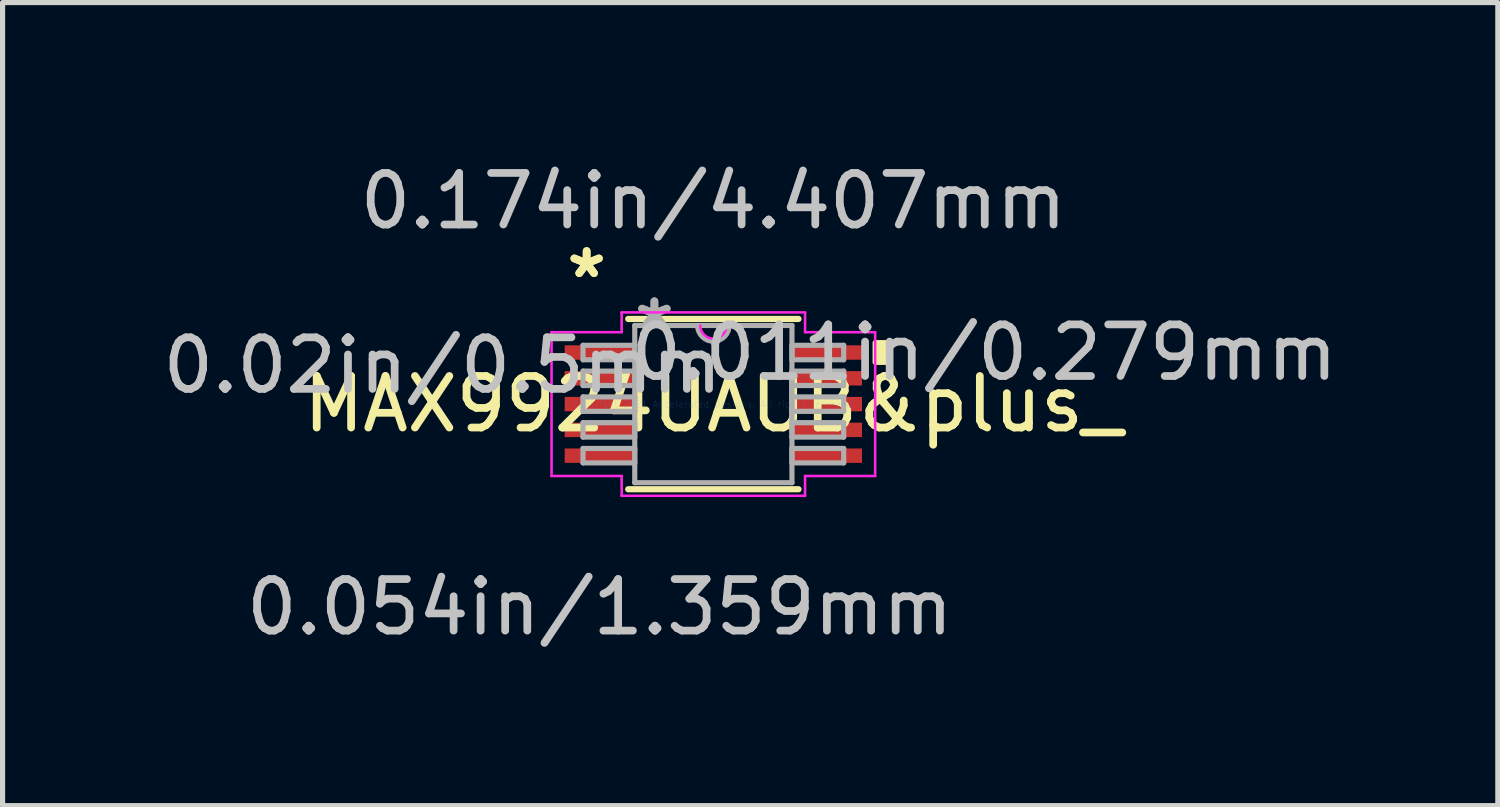
<source format=kicad_pcb>
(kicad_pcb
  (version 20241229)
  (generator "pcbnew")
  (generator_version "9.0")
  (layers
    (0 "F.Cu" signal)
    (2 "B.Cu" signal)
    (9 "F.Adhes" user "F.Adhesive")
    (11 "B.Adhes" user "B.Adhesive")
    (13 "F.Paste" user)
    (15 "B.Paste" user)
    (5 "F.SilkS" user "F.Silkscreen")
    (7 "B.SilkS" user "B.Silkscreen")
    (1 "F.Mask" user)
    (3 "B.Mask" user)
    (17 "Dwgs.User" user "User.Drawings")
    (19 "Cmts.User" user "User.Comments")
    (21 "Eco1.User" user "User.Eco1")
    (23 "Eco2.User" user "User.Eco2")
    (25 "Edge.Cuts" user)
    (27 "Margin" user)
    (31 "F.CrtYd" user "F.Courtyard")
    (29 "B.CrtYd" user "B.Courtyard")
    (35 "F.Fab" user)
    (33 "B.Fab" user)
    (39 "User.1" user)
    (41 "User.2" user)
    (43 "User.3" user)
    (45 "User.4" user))
  (footprint "MAX9924UAUB&plus_"
    (layer "F.Cu")
    (at 10.781 4.785)
    (property "Reference" "MAX9924UAUB&plus_" (at 0 0 0) (layer "F.SilkS") (effects (font (size 1 1) (thickness 0.15))))
    (attr through_hole)
    (fp_line (start -1.651 1.651) (end 1.651 1.651) (stroke (width 0.12) (type solid)) (layer "F.SilkS"))
    (fp_line (start 1.651 -1.651) (end -1.651 -1.651) (stroke (width 0.12) (type solid)) (layer "F.SilkS"))
    (fp_poly (pts (xy 3.391 -1.191) (xy 3.391 -0.81) (xy 3.137 -0.81) (xy 3.137 -1.191)) (stroke (width 0.1) (type solid)) (fill yes) (layer "F.SilkS"))
    (fp_line (start -3.137 -1.394) (end -1.778 -1.394) (stroke (width 0.05) (type solid)) (layer "F.CrtYd"))
    (fp_line (start -3.137 1.394) (end -3.137 -1.394) (stroke (width 0.05) (type solid)) (layer "F.CrtYd"))
    (fp_line (start -1.778 -1.778) (end 1.778 -1.778) (stroke (width 0.05) (type solid)) (layer "F.CrtYd"))
    (fp_line (start -1.778 -1.394) (end -1.778 -1.778) (stroke (width 0.05) (type solid)) (layer "F.CrtYd"))
    (fp_line (start -1.778 1.394) (end -3.137 1.394) (stroke (width 0.05) (type solid)) (layer "F.CrtYd"))
    (fp_line (start -1.778 1.778) (end -1.778 1.394) (stroke (width 0.05) (type solid)) (layer "F.CrtYd"))
    (fp_line (start 1.778 -1.778) (end 1.778 -1.394) (stroke (width 0.05) (type solid)) (layer "F.CrtYd"))
    (fp_line (start 1.778 -1.394) (end 3.137 -1.394) (stroke (width 0.05) (type solid)) (layer "F.CrtYd"))
    (fp_line (start 1.778 1.394) (end 1.778 1.778) (stroke (width 0.05) (type solid)) (layer "F.CrtYd"))
    (fp_line (start 1.778 1.778) (end -1.778 1.778) (stroke (width 0.05) (type solid)) (layer "F.CrtYd"))
    (fp_line (start 3.137 -1.394) (end 3.137 1.394) (stroke (width 0.05) (type solid)) (layer "F.CrtYd"))
    (fp_line (start 3.137 1.394) (end 1.778 1.394) (stroke (width 0.05) (type solid)) (layer "F.CrtYd"))
    (fp_arc (start 0.254 -1.524) (mid 0 -1.27) (end -0.254 -1.524) (stroke (width 0.05) (type solid)) (layer "F.CrtYd"))
    (fp_line (start -2.527 -1.14) (end -2.527 -0.86) (stroke (width 0.1) (type solid)) (layer "F.Fab"))
    (fp_line (start -2.527 -0.86) (end -1.524 -0.86) (stroke (width 0.1) (type solid)) (layer "F.Fab"))
    (fp_line (start -2.527 -0.64) (end -2.527 -0.36) (stroke (width 0.1) (type solid)) (layer "F.Fab"))
    (fp_line (start -2.527 -0.36) (end -1.524 -0.36) (stroke (width 0.1) (type solid)) (layer "F.Fab"))
    (fp_line (start -2.527 -0.14) (end -2.527 0.14) (stroke (width 0.1) (type solid)) (layer "F.Fab"))
    (fp_line (start -2.527 0.14) (end -1.524 0.14) (stroke (width 0.1) (type solid)) (layer "F.Fab"))
    (fp_line (start -2.527 0.36) (end -2.527 0.64) (stroke (width 0.1) (type solid)) (layer "F.Fab"))
    (fp_line (start -2.527 0.64) (end -1.524 0.64) (stroke (width 0.1) (type solid)) (layer "F.Fab"))
    (fp_line (start -2.527 0.86) (end -2.527 1.14) (stroke (width 0.1) (type solid)) (layer "F.Fab"))
    (fp_line (start -2.527 1.14) (end -1.524 1.14) (stroke (width 0.1) (type solid)) (layer "F.Fab"))
    (fp_line (start -1.524 -1.524) (end -1.524 1.524) (stroke (width 0.1) (type solid)) (layer "F.Fab"))
    (fp_line (start -1.524 -1.14) (end -2.527 -1.14) (stroke (width 0.1) (type solid)) (layer "F.Fab"))
    (fp_line (start -1.524 -0.86) (end -1.524 -1.14) (stroke (width 0.1) (type solid)) (layer "F.Fab"))
    (fp_line (start -1.524 -0.64) (end -2.527 -0.64) (stroke (width 0.1) (type solid)) (layer "F.Fab"))
    (fp_line (start -1.524 -0.36) (end -1.524 -0.64) (stroke (width 0.1) (type solid)) (layer "F.Fab"))
    (fp_line (start -1.524 -0.14) (end -2.527 -0.14) (stroke (width 0.1) (type solid)) (layer "F.Fab"))
    (fp_line (start -1.524 0.14) (end -1.524 -0.14) (stroke (width 0.1) (type solid)) (layer "F.Fab"))
    (fp_line (start -1.524 0.36) (end -2.527 0.36) (stroke (width 0.1) (type solid)) (layer "F.Fab"))
    (fp_line (start -1.524 0.64) (end -1.524 0.36) (stroke (width 0.1) (type solid)) (layer "F.Fab"))
    (fp_line (start -1.524 0.86) (end -2.527 0.86) (stroke (width 0.1) (type solid)) (layer "F.Fab"))
    (fp_line (start -1.524 1.14) (end -1.524 0.86) (stroke (width 0.1) (type solid)) (layer "F.Fab"))
    (fp_line (start -1.524 1.524) (end 1.524 1.524) (stroke (width 0.1) (type solid)) (layer "F.Fab"))
    (fp_line (start 1.524 -1.524) (end -1.524 -1.524) (stroke (width 0.1) (type solid)) (layer "F.Fab"))
    (fp_line (start 1.524 -1.14) (end 1.524 -0.86) (stroke (width 0.1) (type solid)) (layer "F.Fab"))
    (fp_line (start 1.524 -0.86) (end 2.527 -0.86) (stroke (width 0.1) (type solid)) (layer "F.Fab"))
    (fp_line (start 1.524 -0.64) (end 1.524 -0.36) (stroke (width 0.1) (type solid)) (layer "F.Fab"))
    (fp_line (start 1.524 -0.36) (end 2.527 -0.36) (stroke (width 0.1) (type solid)) (layer "F.Fab"))
    (fp_line (start 1.524 -0.14) (end 1.524 0.14) (stroke (width 0.1) (type solid)) (layer "F.Fab"))
    (fp_line (start 1.524 0.14) (end 2.527 0.14) (stroke (width 0.1) (type solid)) (layer "F.Fab"))
    (fp_line (start 1.524 0.36) (end 1.524 0.64) (stroke (width 0.1) (type solid)) (layer "F.Fab"))
    (fp_line (start 1.524 0.64) (end 2.527 0.64) (stroke (width 0.1) (type solid)) (layer "F.Fab"))
    (fp_line (start 1.524 0.86) (end 1.524 1.14) (stroke (width 0.1) (type solid)) (layer "F.Fab"))
    (fp_line (start 1.524 1.14) (end 2.527 1.14) (stroke (width 0.1) (type solid)) (layer "F.Fab"))
    (fp_line (start 1.524 1.524) (end 1.524 -1.524) (stroke (width 0.1) (type solid)) (layer "F.Fab"))
    (fp_line (start 2.527 -1.14) (end 1.524 -1.14) (stroke (width 0.1) (type solid)) (layer "F.Fab"))
    (fp_line (start 2.527 -0.86) (end 2.527 -1.14) (stroke (width 0.1) (type solid)) (layer "F.Fab"))
    (fp_line (start 2.527 -0.64) (end 1.524 -0.64) (stroke (width 0.1) (type solid)) (layer "F.Fab"))
    (fp_line (start 2.527 -0.36) (end 2.527 -0.64) (stroke (width 0.1) (type solid)) (layer "F.Fab"))
    (fp_line (start 2.527 -0.14) (end 1.524 -0.14) (stroke (width 0.1) (type solid)) (layer "F.Fab"))
    (fp_line (start 2.527 0.14) (end 2.527 -0.14) (stroke (width 0.1) (type solid)) (layer "F.Fab"))
    (fp_line (start 2.527 0.36) (end 1.524 0.36) (stroke (width 0.1) (type solid)) (layer "F.Fab"))
    (fp_line (start 2.527 0.64) (end 2.527 0.36) (stroke (width 0.1) (type solid)) (layer "F.Fab"))
    (fp_line (start 2.527 0.86) (end 1.524 0.86) (stroke (width 0.1) (type solid)) (layer "F.Fab"))
    (fp_line (start 2.527 1.14) (end 2.527 0.86) (stroke (width 0.1) (type solid)) (layer "F.Fab"))
    (fp_arc (start 0.3048 -1.524) (mid 0 -1.2192) (end -0.3048 -1.524) (stroke (width 0.1) (type solid)) (layer "F.Fab"))
    (fp_text user "*" (at -2.457 -2.422 0) (layer "F.SilkS") (effects (font (size 1 1) (thickness 0.15))))
    (fp_text user "*" (at -2.457 -2.422 0) (layer "F.SilkS") (effects (font (size 1 1) (thickness 0.15))))
    (fp_text user "0.054in/1.359mm" (at -2.203 3.937 0) (layer "Dwgs.User") (effects (font (size 1 1) (thickness 0.15))))
    (fp_text user "0.011in/0.279mm" (at 5.251 -1 0) (layer "Dwgs.User") (effects (font (size 1 1) (thickness 0.15))))
    (fp_text user "0.174in/4.407mm" (at 0 -3.937 0) (layer "Dwgs.User") (effects (font (size 1 1) (thickness 0.15))))
    (fp_text user "0.02in/0.5mm" (at -5.251 -0.75 0) (layer "Dwgs.User") (effects (font (size 1 1) (thickness 0.15))))
    (fp_text user "Copyright 2021 Accelerated Designs. All rights reserved." (at 0 0 0) (layer "Cmts.User") (effects (font (size 0.127 0.127) (thickness 0.002))))
    (fp_text user "*" (at -1.143 -1.448 0) (layer "F.Fab") (effects (font (size 1 1) (thickness 0.15))))
    (fp_text user "*" (at -1.143 -1.448 0) (layer "F.Fab") (effects (font (size 1 1) (thickness 0.15))))
    (pad "1" smd rect (at -2.203 -1) (size 1.359 0.279) (layers "F.Cu" "F.Mask" "F.Paste"))
    (pad "2" smd rect (at -2.203 -0.5) (size 1.359 0.279) (layers "F.Cu" "F.Mask" "F.Paste"))
    (pad "3" smd rect (at -2.203 0) (size 1.359 0.279) (layers "F.Cu" "F.Mask" "F.Paste"))
    (pad "4" smd rect (at -2.203 0.5) (size 1.359 0.279) (layers "F.Cu" "F.Mask" "F.Paste"))
    (pad "5" smd rect (at -2.203 1) (size 1.359 0.279) (layers "F.Cu" "F.Mask" "F.Paste"))
    (pad "6" smd rect (at 2.203 1) (size 1.359 0.279) (layers "F.Cu" "F.Mask" "F.Paste"))
    (pad "7" smd rect (at 2.203 0.5) (size 1.359 0.279) (layers "F.Cu" "F.Mask" "F.Paste"))
    (pad "8" smd rect (at 2.203 0) (size 1.359 0.279) (layers "F.Cu" "F.Mask" "F.Paste"))
    (pad "9" smd rect (at 2.203 -0.5) (size 1.359 0.279) (layers "F.Cu" "F.Mask" "F.Paste"))
    (pad "10" smd rect (at 2.203 -1) (size 1.359 0.279) (layers "F.Cu" "F.Mask" "F.Paste")))
  (gr_rect
    (start -3 -3)
    (end 25.991 12.57)
    (stroke (width 0.1) (type default))
    (fill no)
    (layer "Edge.Cuts")))
</source>
